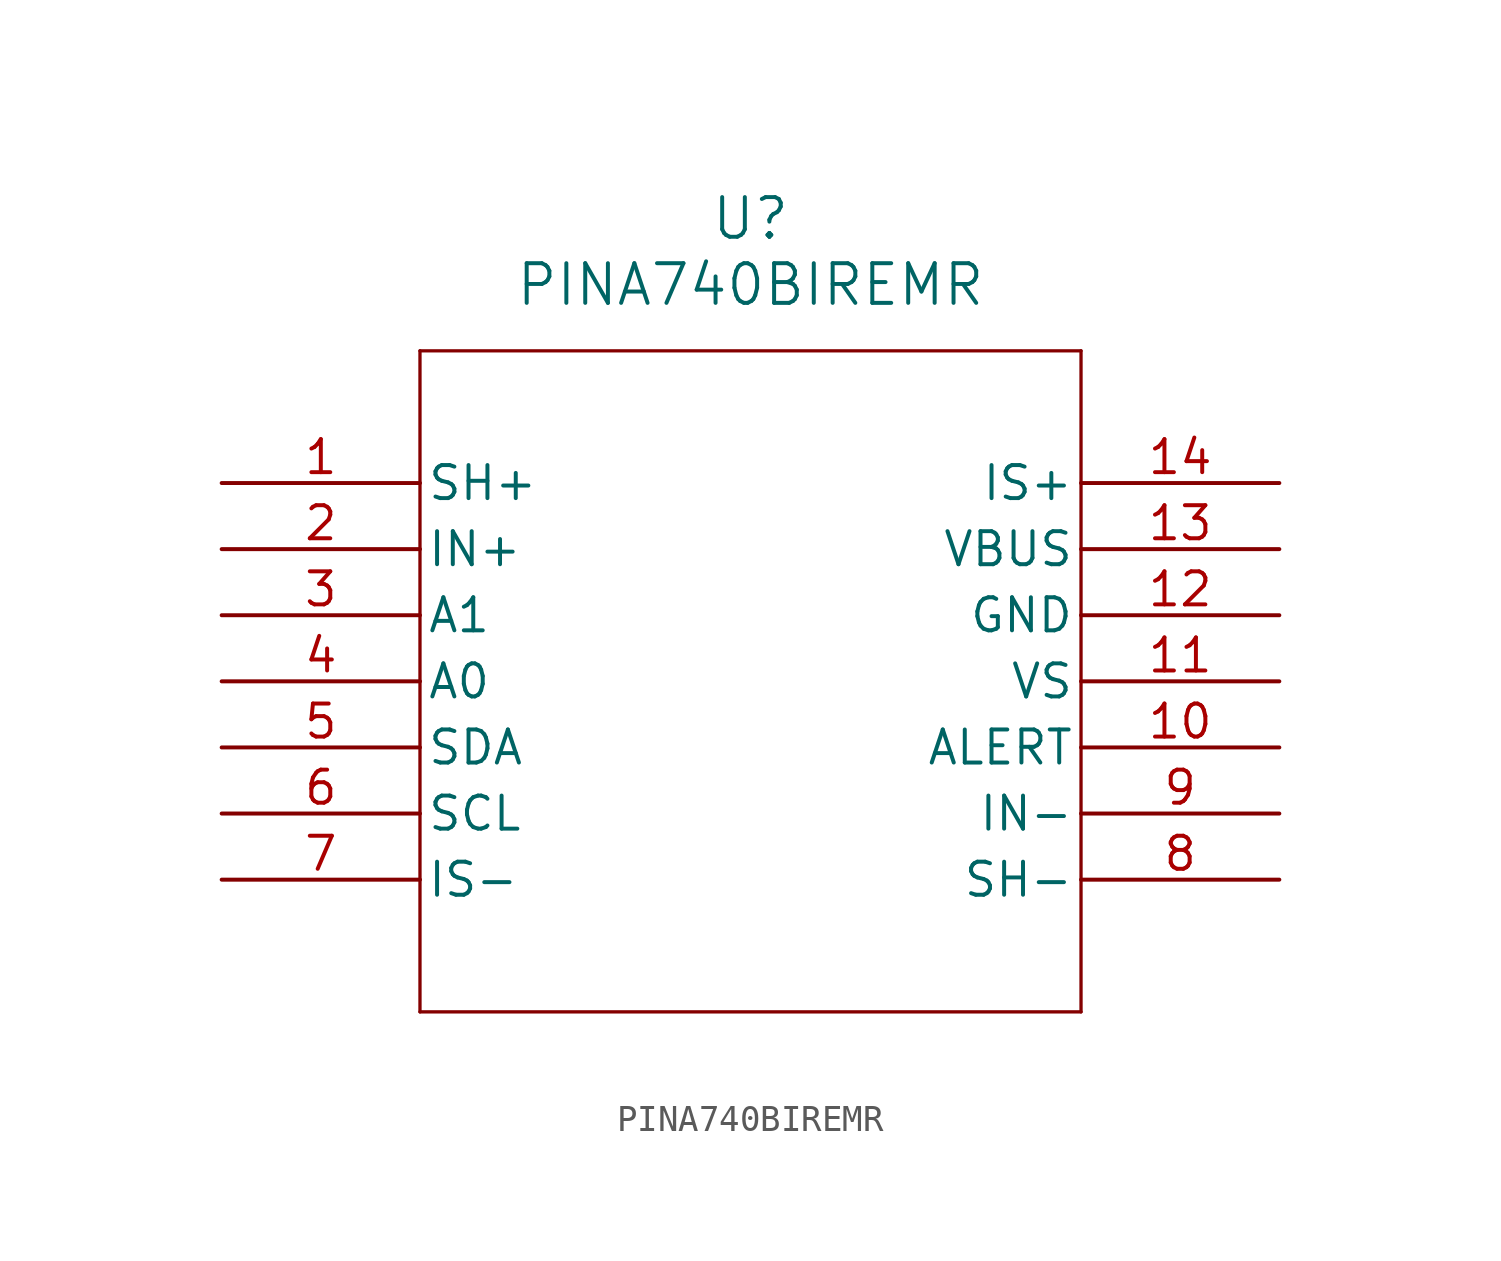
<source format=kicad_sym>
(kicad_symbol_lib
  (version 20211014)
  (generator kicad_symbol_editor)
  (symbol "PINA740BIREMR"
    (pin_names
      (offset 0.254))
    (property "Reference" "U"
      (at 20.32 10.16 0)
      (effects (font (size 1.524 1.524))))
    (property "Value" "PINA740BIREMR"
      (at 20.32 7.62 0)
      (effects (font (size 1.524 1.524))))
    (symbol "PINA740BIREMR_0_1"
      (polyline (pts (xy 7.62 5.08) (xy 7.62 -20.32)) (stroke (width 0.127) (type default) (color 0 0 0 0)) (fill (type none)))
      (polyline (pts (xy 7.62 -20.32) (xy 33.02 -20.32)) (stroke (width 0.127) (type default) (color 0 0 0 0)) (fill (type none)))
      (polyline (pts (xy 33.02 -20.32) (xy 33.02 5.08)) (stroke (width 0.127) (type default) (color 0 0 0 0)) (fill (type none)))
      (polyline (pts (xy 33.02 5.08) (xy 7.62 5.08)) (stroke (width 0.127) (type default) (color 0 0 0 0)) (fill (type none)))
      (pin output line (at 0 0 0) (length 7.62) (name "SH+" (effects (font (size 1.27 1.27)))) (number "1" (effects (font (size 1.27 1.27)))))
      (pin input line (at 0 -2.54 0) (length 7.62) (name "IN+" (effects (font (size 1.27 1.27)))) (number "2" (effects (font (size 1.27 1.27)))))
      (pin input line (at 0 -5.08 0) (length 7.62) (name "A1" (effects (font (size 1.27 1.27)))) (number "3" (effects (font (size 1.27 1.27)))))
      (pin input line (at 0 -7.62 0) (length 7.62) (name "A0" (effects (font (size 1.27 1.27)))) (number "4" (effects (font (size 1.27 1.27)))))
      (pin bidirectional line (at 0 -10.16 0) (length 7.62) (name "SDA" (effects (font (size 1.27 1.27)))) (number "5" (effects (font (size 1.27 1.27)))))
      (pin input line (at 0 -12.7 0) (length 7.62) (name "SCL" (effects (font (size 1.27 1.27)))) (number "6" (effects (font (size 1.27 1.27)))))
      (pin input line (at 0 -15.24 0) (length 7.62) (name "IS-" (effects (font (size 1.27 1.27)))) (number "7" (effects (font (size 1.27 1.27)))))
      (pin output line (at 40.64 -15.24 180) (length 7.62) (name "SH-" (effects (font (size 1.27 1.27)))) (number "8" (effects (font (size 1.27 1.27)))))
      (pin input line (at 40.64 -12.7 180) (length 7.62) (name "IN-" (effects (font (size 1.27 1.27)))) (number "9" (effects (font (size 1.27 1.27)))))
      (pin output line (at 40.64 -10.16 180) (length 7.62) (name "ALERT" (effects (font (size 1.27 1.27)))) (number "10" (effects (font (size 1.27 1.27)))))
      (pin power_in line (at 40.64 -7.62 180) (length 7.62) (name "VS" (effects (font (size 1.27 1.27)))) (number "11" (effects (font (size 1.27 1.27)))))
      (pin power_out line (at 40.64 -5.08 180) (length 7.62) (name "GND" (effects (font (size 1.27 1.27)))) (number "12" (effects (font (size 1.27 1.27)))))
      (pin input line (at 40.64 -2.54 180) (length 7.62) (name "VBUS" (effects (font (size 1.27 1.27)))) (number "13" (effects (font (size 1.27 1.27)))))
      (pin input line (at 40.64 0 180) (length 7.62) (name "IS+" (effects (font (size 1.27 1.27)))) (number "14" (effects (font (size 1.27 1.27))))))))
</source>
